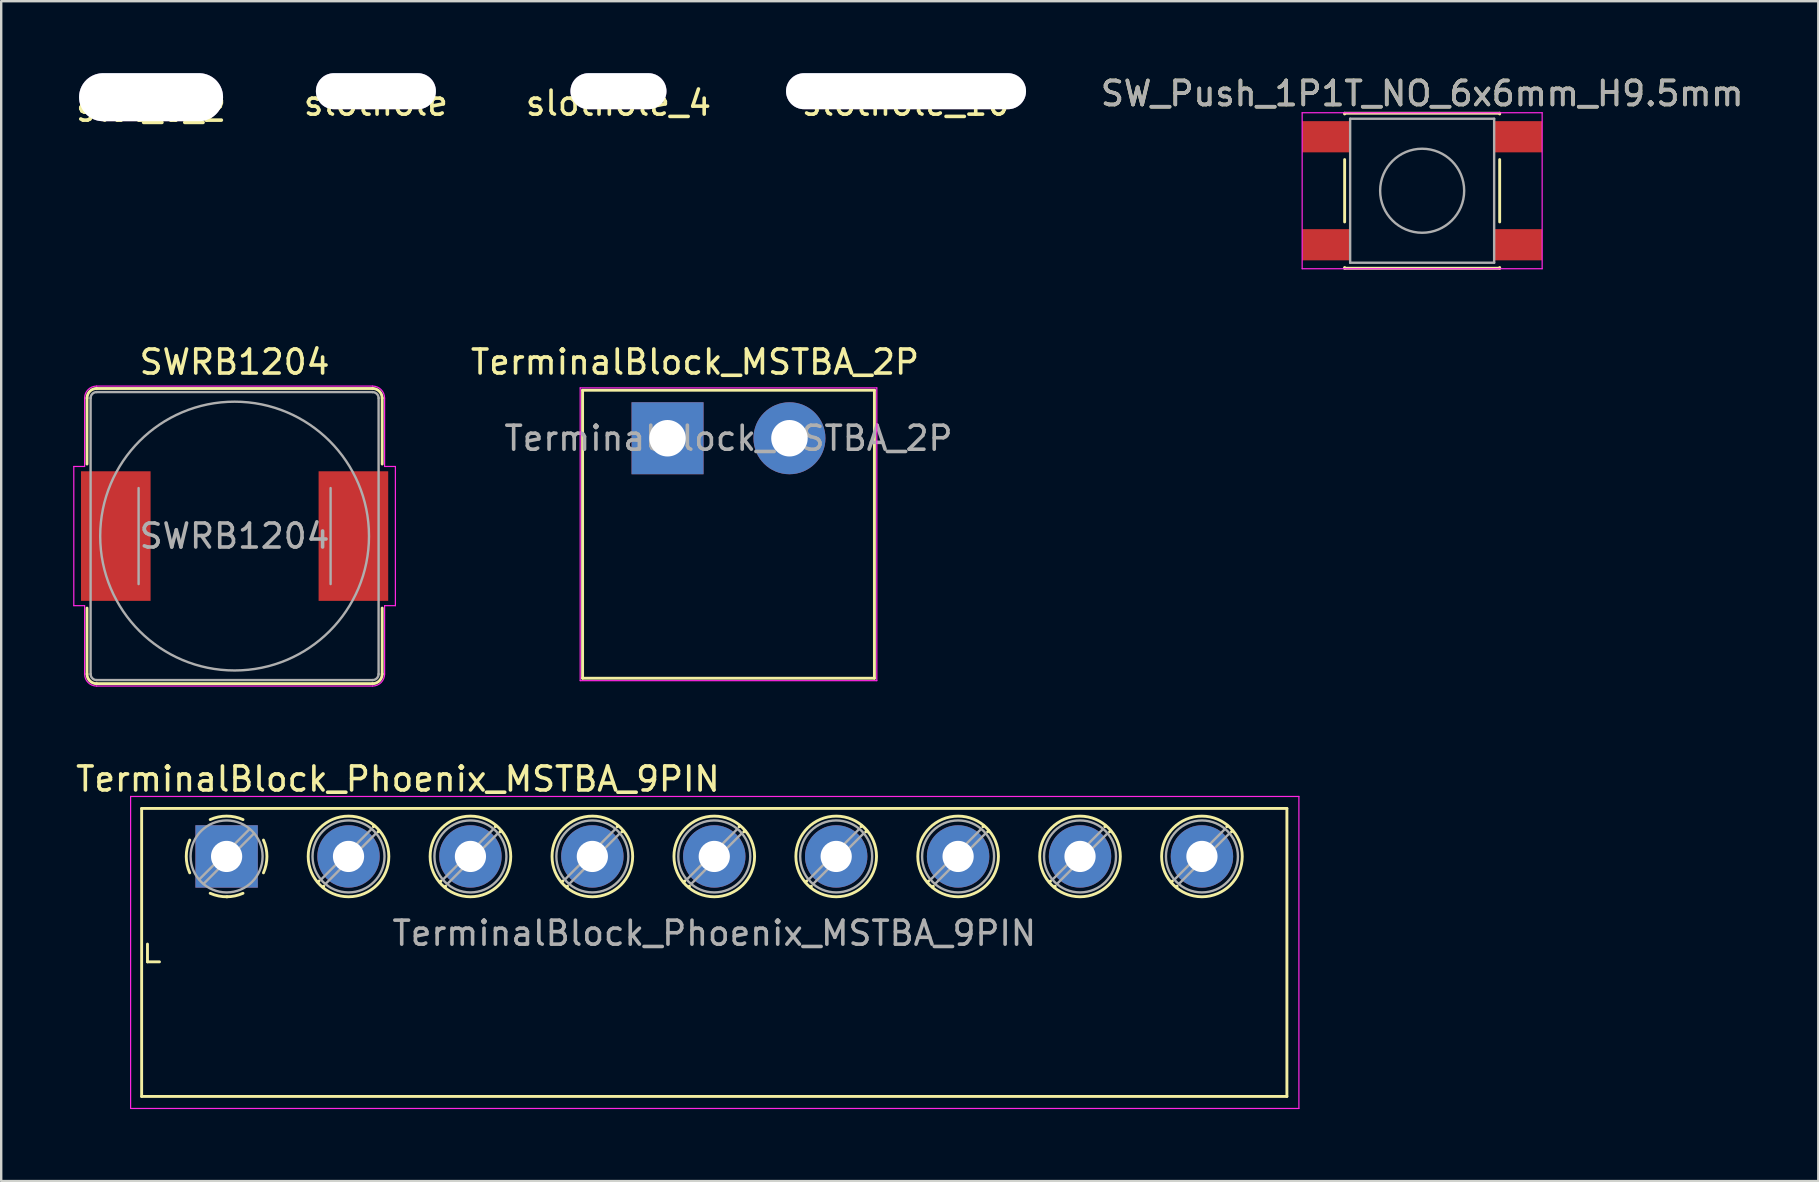
<source format=kicad_pcb>
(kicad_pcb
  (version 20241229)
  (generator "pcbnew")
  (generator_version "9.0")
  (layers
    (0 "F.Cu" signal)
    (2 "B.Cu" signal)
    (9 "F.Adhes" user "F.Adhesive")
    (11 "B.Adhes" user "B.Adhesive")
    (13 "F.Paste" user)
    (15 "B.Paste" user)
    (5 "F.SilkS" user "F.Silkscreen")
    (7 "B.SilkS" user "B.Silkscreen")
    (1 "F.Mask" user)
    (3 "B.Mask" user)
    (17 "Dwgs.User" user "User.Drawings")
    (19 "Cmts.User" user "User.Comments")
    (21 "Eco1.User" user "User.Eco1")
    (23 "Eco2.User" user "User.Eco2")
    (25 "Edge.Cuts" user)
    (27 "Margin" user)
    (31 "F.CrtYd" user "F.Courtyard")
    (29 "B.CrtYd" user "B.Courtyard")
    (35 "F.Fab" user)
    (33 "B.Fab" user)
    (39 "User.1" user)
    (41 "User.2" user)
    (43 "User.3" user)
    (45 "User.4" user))
  (footprint "slot_6_2"
    (layer "F.Cu")
    (at 3.244 1)
    (property "Reference" "slot_6_2" (at 0 0.5 0) (layer "F.SilkS") (effects (font (size 1 1) (thickness 0.15))))
    (attr through_hole)
    (pad "1" thru_hole oval (at 0 0) (size 6 2) (drill oval 6 2) (layers "*.Cu" "*.Mask")))
  (footprint "SW_Push_1P1T_NO_6x6mm_H9.5mm"
    (layer "F.Cu")
    (at 56.208 4.898)
    (property "Reference" "SW_Push_1P1T_NO_6x6mm_H9.5mm" (at 0 -4.05 0) (layer "F.SilkS") (effects (font (size 1 1) (thickness 0.15))))
    (attr smd)
    (fp_line (start -3.23 -3.23) (end 3.23 -3.23) (stroke (width 0.12) (type solid)) (layer "F.SilkS"))
    (fp_line (start -3.23 -3.2) (end -3.23 -3.23) (stroke (width 0.12) (type solid)) (layer "F.SilkS"))
    (fp_line (start -3.23 -1.3) (end -3.23 1.3) (stroke (width 0.12) (type solid)) (layer "F.SilkS"))
    (fp_line (start -3.23 3.23) (end -3.23 3.2) (stroke (width 0.12) (type solid)) (layer "F.SilkS"))
    (fp_line (start -3.23 3.23) (end 3.23 3.23) (stroke (width 0.12) (type solid)) (layer "F.SilkS"))
    (fp_line (start 3.23 -3.23) (end 3.23 -3.2) (stroke (width 0.12) (type solid)) (layer "F.SilkS"))
    (fp_line (start 3.23 -1.3) (end 3.23 1.3) (stroke (width 0.12) (type solid)) (layer "F.SilkS"))
    (fp_line (start 3.23 3.23) (end 3.23 3.2) (stroke (width 0.12) (type solid)) (layer "F.SilkS"))
    (fp_line (start -5 -3.25) (end -5 3.25) (stroke (width 0.05) (type solid)) (layer "F.CrtYd"))
    (fp_line (start -5 -3.25) (end 5 -3.25) (stroke (width 0.05) (type solid)) (layer "F.CrtYd"))
    (fp_line (start -5 3.25) (end 5 3.25) (stroke (width 0.05) (type solid)) (layer "F.CrtYd"))
    (fp_line (start 5 3.25) (end 5 -3.25) (stroke (width 0.05) (type solid)) (layer "F.CrtYd"))
    (fp_line (start -3 -3) (end -3 3) (stroke (width 0.1) (type solid)) (layer "F.Fab"))
    (fp_line (start -3 3) (end 3 3) (stroke (width 0.1) (type solid)) (layer "F.Fab"))
    (fp_line (start 3 -3) (end -3 -3) (stroke (width 0.1) (type solid)) (layer "F.Fab"))
    (fp_line (start 3 3) (end 3 -3) (stroke (width 0.1) (type solid)) (layer "F.Fab"))
    (fp_circle (center 0 0) (end 1.75 -0.05) (stroke (width 0.1) (type solid)) (fill no) (layer "F.Fab"))
    (fp_text user "${REFERENCE}" (at 0 -4.05 0) (layer "F.Fab") (effects (font (size 1 1) (thickness 0.15))))
    (pad "1" smd rect (at -4 -2.25) (size 2 1.3) (layers "F.Cu" "F.Mask" "F.Paste"))
    (pad "1" smd rect (at 4 -2.25) (size 2 1.3) (layers "F.Cu" "F.Mask" "F.Paste"))
    (pad "2" smd rect (at -4 2.25) (size 2 1.3) (layers "F.Cu" "F.Mask" "F.Paste"))
    (pad "2" smd rect (at 4 2.25) (size 2 1.3) (layers "F.Cu" "F.Mask" "F.Paste")))
  (footprint "TerminalBlock_Phoenix_MSTBA_9PIN"
    (layer "F.Cu")
    (at 6.392 32.636)
    (property "Reference" "TerminalBlock_Phoenix_MSTBA_9PIN" (at 7.137 -3.226 0) (layer "F.SilkS") (effects (font (size 1 1) (thickness 0.15))))
    (attr through_hole)
    (fp_line (start -3.54 -2) (end -3.54 10) (stroke (width 0.12) (type solid)) (layer "F.SilkS"))
    (fp_line (start -3.54 -2) (end 44.18 -2) (stroke (width 0.12) (type solid)) (layer "F.SilkS"))
    (fp_line (start -3.54 10) (end 44.18 10) (stroke (width 0.12) (type solid)) (layer "F.SilkS"))
    (fp_line (start -3.297 3.652) (end -3.297 4.392) (stroke (width 0.12) (type solid)) (layer "F.SilkS"))
    (fp_line (start -3.297 4.392) (end -2.797 4.392) (stroke (width 0.12) (type solid)) (layer "F.SilkS"))
    (fp_line (start 3.853 1.023) (end 3.806 1.069) (stroke (width 0.12) (type solid)) (layer "F.SilkS"))
    (fp_line (start 4.046 1.239) (end 4.011 1.274) (stroke (width 0.12) (type solid)) (layer "F.SilkS"))
    (fp_line (start 6.15 -1.275) (end 6.115 -1.239) (stroke (width 0.12) (type solid)) (layer "F.SilkS"))
    (fp_line (start 6.355 -1.069) (end 6.308 -1.023) (stroke (width 0.12) (type solid)) (layer "F.SilkS"))
    (fp_line (start 8.933 1.023) (end 8.886 1.069) (stroke (width 0.12) (type solid)) (layer "F.SilkS"))
    (fp_line (start 9.126 1.239) (end 9.091 1.274) (stroke (width 0.12) (type solid)) (layer "F.SilkS"))
    (fp_line (start 11.23 -1.275) (end 11.195 -1.239) (stroke (width 0.12) (type solid)) (layer "F.SilkS"))
    (fp_line (start 11.435 -1.069) (end 11.388 -1.023) (stroke (width 0.12) (type solid)) (layer "F.SilkS"))
    (fp_line (start 14.013 1.023) (end 13.966 1.069) (stroke (width 0.12) (type solid)) (layer "F.SilkS"))
    (fp_line (start 14.206 1.239) (end 14.171 1.274) (stroke (width 0.12) (type solid)) (layer "F.SilkS"))
    (fp_line (start 16.31 -1.275) (end 16.275 -1.239) (stroke (width 0.12) (type solid)) (layer "F.SilkS"))
    (fp_line (start 16.515 -1.069) (end 16.468 -1.023) (stroke (width 0.12) (type solid)) (layer "F.SilkS"))
    (fp_line (start 19.093 1.023) (end 19.046 1.069) (stroke (width 0.12) (type solid)) (layer "F.SilkS"))
    (fp_line (start 19.286 1.239) (end 19.251 1.274) (stroke (width 0.12) (type solid)) (layer "F.SilkS"))
    (fp_line (start 21.39 -1.275) (end 21.355 -1.239) (stroke (width 0.12) (type solid)) (layer "F.SilkS"))
    (fp_line (start 21.595 -1.069) (end 21.548 -1.023) (stroke (width 0.12) (type solid)) (layer "F.SilkS"))
    (fp_line (start 24.173 1.023) (end 24.126 1.069) (stroke (width 0.12) (type solid)) (layer "F.SilkS"))
    (fp_line (start 24.366 1.239) (end 24.331 1.274) (stroke (width 0.12) (type solid)) (layer "F.SilkS"))
    (fp_line (start 26.47 -1.275) (end 26.435 -1.239) (stroke (width 0.12) (type solid)) (layer "F.SilkS"))
    (fp_line (start 26.675 -1.069) (end 26.628 -1.023) (stroke (width 0.12) (type solid)) (layer "F.SilkS"))
    (fp_line (start 29.253 1.023) (end 29.206 1.069) (stroke (width 0.12) (type solid)) (layer "F.SilkS"))
    (fp_line (start 29.446 1.239) (end 29.411 1.274) (stroke (width 0.12) (type solid)) (layer "F.SilkS"))
    (fp_line (start 31.55 -1.275) (end 31.515 -1.239) (stroke (width 0.12) (type solid)) (layer "F.SilkS"))
    (fp_line (start 31.755 -1.069) (end 31.708 -1.023) (stroke (width 0.12) (type solid)) (layer "F.SilkS"))
    (fp_line (start 34.333 1.023) (end 34.286 1.069) (stroke (width 0.12) (type solid)) (layer "F.SilkS"))
    (fp_line (start 34.526 1.239) (end 34.491 1.274) (stroke (width 0.12) (type solid)) (layer "F.SilkS"))
    (fp_line (start 36.63 -1.275) (end 36.595 -1.239) (stroke (width 0.12) (type solid)) (layer "F.SilkS"))
    (fp_line (start 36.835 -1.069) (end 36.788 -1.023) (stroke (width 0.12) (type solid)) (layer "F.SilkS"))
    (fp_line (start 39.413 1.023) (end 39.366 1.069) (stroke (width 0.12) (type solid)) (layer "F.SilkS"))
    (fp_line (start 39.606 1.239) (end 39.571 1.274) (stroke (width 0.12) (type solid)) (layer "F.SilkS"))
    (fp_line (start 41.71 -1.275) (end 41.675 -1.239) (stroke (width 0.12) (type solid)) (layer "F.SilkS"))
    (fp_line (start 41.915 -1.069) (end 41.868 -1.023) (stroke (width 0.12) (type solid)) (layer "F.SilkS"))
    (fp_line (start 44.18 -2) (end 44.18 10) (stroke (width 0.12) (type solid)) (layer "F.SilkS"))
    (fp_arc (start -1.535427 0.683042) (mid -1.680501 -0.000524) (end -1.535 -0.684) (stroke (width 0.12) (type solid)) (layer "F.SilkS"))
    (fp_arc (start -0.683042 -1.535427) (mid 0.000524 -1.680501) (end 0.684 -1.535) (stroke (width 0.12) (type solid)) (layer "F.SilkS"))
    (fp_arc (start 0.028805 1.680253) (mid -0.335551 1.646659) (end -0.684 1.535) (stroke (width 0.12) (type solid)) (layer "F.SilkS"))
    (fp_arc (start 0.683318 1.534756) (mid 0.349292 1.643288) (end 0 1.68) (stroke (width 0.12) (type solid)) (layer "F.SilkS"))
    (fp_arc (start 1.535427 -0.683042) (mid 1.680501 0.000524) (end 1.535 0.684) (stroke (width 0.12) (type solid)) (layer "F.SilkS"))
    (fp_circle (center 5.08 0) (end 6.76 0) (stroke (width 0.12) (type solid)) (fill no) (layer "F.SilkS"))
    (fp_circle (center 10.16 0) (end 11.84 0) (stroke (width 0.12) (type solid)) (fill no) (layer "F.SilkS"))
    (fp_circle (center 15.24 0) (end 16.92 0) (stroke (width 0.12) (type solid)) (fill no) (layer "F.SilkS"))
    (fp_circle (center 20.32 0) (end 22 0) (stroke (width 0.12) (type solid)) (fill no) (layer "F.SilkS"))
    (fp_circle (center 25.4 0) (end 27.08 0) (stroke (width 0.12) (type solid)) (fill no) (layer "F.SilkS"))
    (fp_circle (center 30.48 0) (end 32.16 0) (stroke (width 0.12) (type solid)) (fill no) (layer "F.SilkS"))
    (fp_circle (center 35.56 0) (end 37.24 0) (stroke (width 0.12) (type solid)) (fill no) (layer "F.SilkS"))
    (fp_circle (center 40.64 0) (end 42.32 0) (stroke (width 0.12) (type solid)) (fill no) (layer "F.SilkS"))
    (fp_line (start -4 -2.5) (end -4 10.5) (stroke (width 0.05) (type solid)) (layer "F.CrtYd"))
    (fp_line (start 44.68 -2.5) (end -4 -2.5) (stroke (width 0.05) (type solid)) (layer "F.CrtYd"))
    (fp_line (start 44.68 10.5) (end -4 10.5) (stroke (width 0.05) (type solid)) (layer "F.CrtYd"))
    (fp_line (start 44.68 10.5) (end 44.68 -2.5) (stroke (width 0.05) (type solid)) (layer "F.CrtYd"))
    (fp_line (start 0.955 -1.138) (end -1.138 0.955) (stroke (width 0.1) (type solid)) (layer "F.Fab"))
    (fp_line (start 1.138 -0.955) (end -0.955 1.138) (stroke (width 0.1) (type solid)) (layer "F.Fab"))
    (fp_line (start 6.035 -1.138) (end 3.943 0.955) (stroke (width 0.1) (type solid)) (layer "F.Fab"))
    (fp_line (start 6.218 -0.955) (end 4.126 1.138) (stroke (width 0.1) (type solid)) (layer "F.Fab"))
    (fp_line (start 11.115 -1.138) (end 9.023 0.955) (stroke (width 0.1) (type solid)) (layer "F.Fab"))
    (fp_line (start 11.298 -0.955) (end 9.206 1.138) (stroke (width 0.1) (type solid)) (layer "F.Fab"))
    (fp_line (start 16.195 -1.138) (end 14.103 0.955) (stroke (width 0.1) (type solid)) (layer "F.Fab"))
    (fp_line (start 16.378 -0.955) (end 14.286 1.138) (stroke (width 0.1) (type solid)) (layer "F.Fab"))
    (fp_line (start 21.275 -1.138) (end 19.183 0.955) (stroke (width 0.1) (type solid)) (layer "F.Fab"))
    (fp_line (start 21.458 -0.955) (end 19.366 1.138) (stroke (width 0.1) (type solid)) (layer "F.Fab"))
    (fp_line (start 26.355 -1.138) (end 24.263 0.955) (stroke (width 0.1) (type solid)) (layer "F.Fab"))
    (fp_line (start 26.538 -0.955) (end 24.446 1.138) (stroke (width 0.1) (type solid)) (layer "F.Fab"))
    (fp_line (start 31.435 -1.138) (end 29.343 0.955) (stroke (width 0.1) (type solid)) (layer "F.Fab"))
    (fp_line (start 31.618 -0.955) (end 29.526 1.138) (stroke (width 0.1) (type solid)) (layer "F.Fab"))
    (fp_line (start 36.515 -1.138) (end 34.423 0.955) (stroke (width 0.1) (type solid)) (layer "F.Fab"))
    (fp_line (start 36.698 -0.955) (end 34.606 1.138) (stroke (width 0.1) (type solid)) (layer "F.Fab"))
    (fp_line (start 41.595 -1.138) (end 39.503 0.955) (stroke (width 0.1) (type solid)) (layer "F.Fab"))
    (fp_line (start 41.778 -0.955) (end 39.686 1.138) (stroke (width 0.1) (type solid)) (layer "F.Fab"))
    (fp_circle (center 0 0) (end 1.5 0) (stroke (width 0.1) (type solid)) (fill no) (layer "F.Fab"))
    (fp_circle (center 5.08 0) (end 6.58 0) (stroke (width 0.1) (type solid)) (fill no) (layer "F.Fab"))
    (fp_circle (center 10.16 0) (end 11.66 0) (stroke (width 0.1) (type solid)) (fill no) (layer "F.Fab"))
    (fp_circle (center 15.24 0) (end 16.74 0) (stroke (width 0.1) (type solid)) (fill no) (layer "F.Fab"))
    (fp_circle (center 20.32 0) (end 21.82 0) (stroke (width 0.1) (type solid)) (fill no) (layer "F.Fab"))
    (fp_circle (center 25.4 0) (end 26.9 0) (stroke (width 0.1) (type solid)) (fill no) (layer "F.Fab"))
    (fp_circle (center 30.48 0) (end 31.98 0) (stroke (width 0.1) (type solid)) (fill no) (layer "F.Fab"))
    (fp_circle (center 35.56 0) (end 37.06 0) (stroke (width 0.1) (type solid)) (fill no) (layer "F.Fab"))
    (fp_circle (center 40.64 0) (end 42.14 0) (stroke (width 0.1) (type solid)) (fill no) (layer "F.Fab"))
    (fp_text user "${REFERENCE}" (at 20.32 3.2 0) (layer "F.Fab") (effects (font (size 1 1) (thickness 0.15))))
    (pad "1" thru_hole rect (at 0 0) (size 2.6 2.6) (drill 1.3) (layers "*.Cu" "*.Mask"))
    (pad "2" thru_hole circle (at 5.08 0) (size 2.6 2.6) (drill 1.3) (layers "*.Cu" "*.Mask"))
    (pad "3" thru_hole circle (at 10.16 0) (size 2.6 2.6) (drill 1.3) (layers "*.Cu" "*.Mask"))
    (pad "4" thru_hole circle (at 15.24 0) (size 2.6 2.6) (drill 1.3) (layers "*.Cu" "*.Mask"))
    (pad "5" thru_hole circle (at 20.32 0) (size 2.6 2.6) (drill 1.3) (layers "*.Cu" "*.Mask"))
    (pad "6" thru_hole circle (at 25.4 0) (size 2.6 2.6) (drill 1.3) (layers "*.Cu" "*.Mask"))
    (pad "7" thru_hole circle (at 30.48 0) (size 2.6 2.6) (drill 1.3) (layers "*.Cu" "*.Mask"))
    (pad "8" thru_hole circle (at 35.56 0) (size 2.6 2.6) (drill 1.3) (layers "*.Cu" "*.Mask"))
    (pad "9" thru_hole circle (at 40.64 0) (size 2.6 2.6) (drill 1.3) (layers "*.Cu" "*.Mask")))
  (footprint "slothole_4"
    (layer "F.Cu")
    (at 22.72 0.75)
    (property "Reference" "slothole_4" (at 0 0.5 0) (layer "F.SilkS") (effects (font (size 1 1) (thickness 0.15))))
    (attr through_hole)
    (pad "1" thru_hole oval (at 0 0) (size 4 1.5) (drill oval 4 1.5) (layers "*.Cu" "*.Mask")))
  (footprint "slothole_10"
    (layer "F.Cu")
    (at 34.702 0.75)
    (property "Reference" "slothole_10" (at 0 0.5 0) (layer "F.SilkS") (effects (font (size 1 1) (thickness 0.15))))
    (attr through_hole)
    (pad "1" thru_hole oval (at 0 0) (size 10 1.5) (drill oval 10 1.5) (layers "*.Cu" "*.Mask")))
  (footprint "slothole"
    (layer "F.Cu")
    (at 12.613 0.75)
    (property "Reference" "slothole" (at 0 0.5 0) (layer "F.SilkS") (effects (font (size 1 1) (thickness 0.15))))
    (attr through_hole)
    (pad "1" thru_hole oval (at 0 0) (size 5 1.5) (drill oval 5 1.5) (layers "*.Cu" "*.Mask")))
  (footprint "SWRB1204"
    (layer "F.Cu")
    (at 6.725 19.287)
    (property "Reference" "SWRB1204" (at 0 -7.25 0) (layer "F.SilkS") (effects (font (size 1 1) (thickness 0.15))))
    (attr smd)
    (fp_line (start -6.15 -5.75) (end -6.15 -3) (stroke (width 0.12) (type solid)) (layer "F.SilkS"))
    (fp_line (start -6.15 3) (end -6.15 5.75) (stroke (width 0.12) (type solid)) (layer "F.SilkS"))
    (fp_line (start -5.75 -6.15) (end 5.75 -6.15) (stroke (width 0.12) (type solid)) (layer "F.SilkS"))
    (fp_line (start 5.75 6.15) (end -5.75 6.15) (stroke (width 0.12) (type solid)) (layer "F.SilkS"))
    (fp_line (start 6.15 -5.75) (end 6.15 -3) (stroke (width 0.12) (type solid)) (layer "F.SilkS"))
    (fp_line (start 6.15 3) (end 6.15 5.75) (stroke (width 0.12) (type solid)) (layer "F.SilkS"))
    (fp_arc (start -6.15 -5.75) (mid -6.032843 -6.032843) (end -5.75 -6.15) (stroke (width 0.12) (type solid)) (layer "F.SilkS"))
    (fp_arc (start -5.75 6.15) (mid -6.032843 6.032843) (end -6.15 5.75) (stroke (width 0.12) (type solid)) (layer "F.SilkS"))
    (fp_arc (start 5.75 -6.15) (mid 6.032843 -6.032843) (end 6.15 -5.75) (stroke (width 0.12) (type solid)) (layer "F.SilkS"))
    (fp_arc (start 6.15 5.75) (mid 6.032843 6.032843) (end 5.75 6.15) (stroke (width 0.12) (type solid)) (layer "F.SilkS"))
    (fp_line (start -6.7 -2.9) (end -6.7 2.9) (stroke (width 0.05) (type solid)) (layer "F.CrtYd"))
    (fp_line (start -6.7 -2.9) (end -6.25 -2.9) (stroke (width 0.05) (type solid)) (layer "F.CrtYd"))
    (fp_line (start -6.25 -5.75) (end -6.25 -2.9) (stroke (width 0.05) (type solid)) (layer "F.CrtYd"))
    (fp_line (start -6.25 2.9) (end -6.7 2.9) (stroke (width 0.05) (type solid)) (layer "F.CrtYd"))
    (fp_line (start -6.25 5.75) (end -6.25 2.9) (stroke (width 0.05) (type solid)) (layer "F.CrtYd"))
    (fp_line (start -5.75 -6.25) (end 5.75 -6.25) (stroke (width 0.05) (type solid)) (layer "F.CrtYd"))
    (fp_line (start 5.75 6.25) (end -5.75 6.25) (stroke (width 0.05) (type solid)) (layer "F.CrtYd"))
    (fp_line (start 6.25 -5.75) (end 6.25 -2.9) (stroke (width 0.05) (type solid)) (layer "F.CrtYd"))
    (fp_line (start 6.25 2.9) (end 6.25 5.75) (stroke (width 0.05) (type solid)) (layer "F.CrtYd"))
    (fp_line (start 6.7 -2.9) (end 6.25 -2.9) (stroke (width 0.05) (type solid)) (layer "F.CrtYd"))
    (fp_line (start 6.7 -2.9) (end 6.7 2.9) (stroke (width 0.05) (type solid)) (layer "F.CrtYd"))
    (fp_line (start 6.7 2.9) (end 6.25 2.9) (stroke (width 0.05) (type solid)) (layer "F.CrtYd"))
    (fp_arc (start -6.25 -5.75) (mid -6.103553 -6.103553) (end -5.75 -6.25) (stroke (width 0.05) (type solid)) (layer "F.CrtYd"))
    (fp_arc (start -5.75 6.25) (mid -6.103553 6.103553) (end -6.25 5.75) (stroke (width 0.05) (type solid)) (layer "F.CrtYd"))
    (fp_arc (start 5.75 -6.25) (mid 6.103553 -6.103553) (end 6.25 -5.75) (stroke (width 0.05) (type solid)) (layer "F.CrtYd"))
    (fp_arc (start 6.25 5.75) (mid 6.103553 6.103553) (end 5.75 6.25) (stroke (width 0.05) (type solid)) (layer "F.CrtYd"))
    (fp_line (start -6 -5.75) (end -6 5.75) (stroke (width 0.1) (type solid)) (layer "F.Fab"))
    (fp_line (start -5.75 -6) (end 5.75 -6) (stroke (width 0.1) (type solid)) (layer "F.Fab"))
    (fp_line (start -4 2) (end -4 -2) (stroke (width 0.1) (type solid)) (layer "F.Fab"))
    (fp_line (start 4 -2) (end 4 2) (stroke (width 0.1) (type solid)) (layer "F.Fab"))
    (fp_line (start 5.75 6) (end -5.75 6) (stroke (width 0.1) (type solid)) (layer "F.Fab"))
    (fp_line (start 6 -5.75) (end 6 5.75) (stroke (width 0.1) (type solid)) (layer "F.Fab"))
    (fp_arc (start -6 -5.75) (mid -5.926777 -5.926777) (end -5.75 -6) (stroke (width 0.1) (type solid)) (layer "F.Fab"))
    (fp_arc (start -5.75 6) (mid -5.926777 5.926777) (end -6 5.75) (stroke (width 0.1) (type solid)) (layer "F.Fab"))
    (fp_arc (start 5.75 -6) (mid 5.926777 -5.926777) (end 6 -5.75) (stroke (width 0.1) (type solid)) (layer "F.Fab"))
    (fp_arc (start 6 5.75) (mid 5.926777 5.926777) (end 5.75 6) (stroke (width 0.1) (type solid)) (layer "F.Fab"))
    (fp_circle (center 0 0) (end 0 -5.6) (stroke (width 0.1) (type solid)) (fill no) (layer "F.Fab"))
    (fp_text user "${REFERENCE}" (at 0 0 0) (layer "F.Fab") (effects (font (size 1 1) (thickness 0.15))))
    (pad "1" smd rect (at -4.95 0) (size 2.9 5.4) (layers "F.Cu" "F.Mask" "F.Paste"))
    (pad "2" smd rect (at 4.95 0) (size 2.9 5.4) (layers "F.Cu" "F.Mask" "F.Paste")))
  (footprint "TerminalBlock_MSTBA_2P"
    (layer "F.Cu")
    (at 24.765 15.211)
    (property "Reference" "TerminalBlock_MSTBA_2P" (at 1.143 -3.175 180) (layer "F.SilkS") (effects (font (size 1 1) (thickness 0.15))))
    (attr through_hole)
    (fp_line (start -3.54 -2) (end -3.54 10) (stroke (width 0.12) (type solid)) (layer "F.SilkS"))
    (fp_line (start -3.54 -2) (end 8.62 -2) (stroke (width 0.12) (type solid)) (layer "F.SilkS"))
    (fp_line (start -3.54 10) (end 8.62 10) (stroke (width 0.12) (type solid)) (layer "F.SilkS"))
    (fp_line (start 8.62 -2) (end 8.62 10) (stroke (width 0.12) (type solid)) (layer "F.SilkS"))
    (fp_line (start -3.64 -2.1) (end -3.64 10.1) (stroke (width 0.05) (type solid)) (layer "F.CrtYd"))
    (fp_line (start 8.72 -2.1) (end -3.64 -2.1) (stroke (width 0.05) (type solid)) (layer "F.CrtYd"))
    (fp_line (start 8.72 -2.1) (end 8.72 10.1) (stroke (width 0.05) (type solid)) (layer "F.CrtYd"))
    (fp_line (start 8.72 10.1) (end -3.64 10.1) (stroke (width 0.05) (type solid)) (layer "F.CrtYd"))
    (fp_text user "${REFERENCE}" (at 2.54 0 0) (layer "F.Fab") (effects (font (size 1 1) (thickness 0.15))))
    (pad "1" thru_hole rect (at 0 0) (size 3 3) (drill 1.52) (layers "*.Cu" "*.Mask"))
    (pad "2" thru_hole circle (at 5.08 0) (size 3 3) (drill 1.52) (layers "*.Cu" "*.Mask")))
  (gr_rect
    (start -3 -3)
    (end 72.714 46.161)
    (stroke (width 0.1) (type default))
    (fill no)
    (layer "Edge.Cuts")))
</source>
